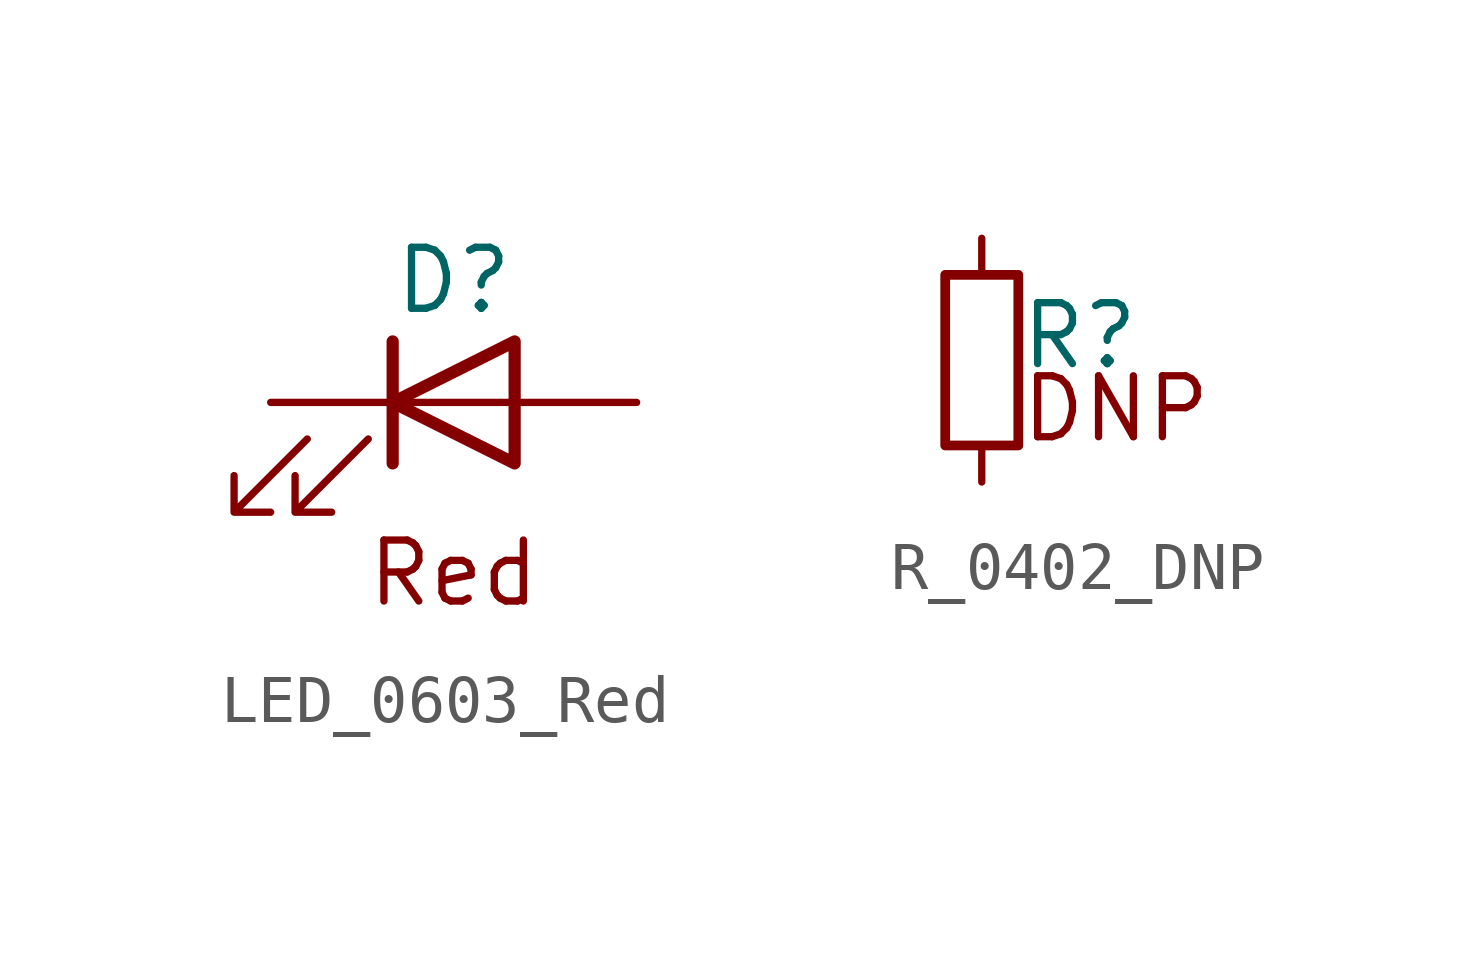
<source format=kicad_sym>
(kicad_symbol_lib
  (version 20211014)
  (generator kicad_symbol_editor)
  (symbol "LED_0603_Red"
    (pin_numbers hide)
    (pin_names
      (offset 1.016) hide)
    (property "Reference" "D"
      (at 0 2.54 0)
      (effects (font (size 1.27 1.27))))
    (symbol "LED_0603_Red_0_0"
      (text "Red" (at 0 -3.556 0) (effects (font (size 1.27 1.27)))))
    (symbol "LED_0603_Red_0_1"
      (polyline (pts (xy -1.27 -1.27) (xy -1.27 1.27)) (stroke (width 0.254) (type default) (color 0 0 0 0)) (fill (type none)))
      (polyline (pts (xy -1.27 0) (xy 1.27 0)) (stroke (width 0) (type default) (color 0 0 0 0)) (fill (type none)))
      (polyline (pts (xy 1.27 -1.27) (xy 1.27 1.27) (xy -1.27 0) (xy 1.27 -1.27)) (stroke (width 0.254) (type default) (color 0 0 0 0)) (fill (type none)))
      (polyline (pts (xy -3.048 -0.762) (xy -4.572 -2.286) (xy -3.81 -2.286) (xy -4.572 -2.286) (xy -4.572 -1.524)) (stroke (width 0) (type default) (color 0 0 0 0)) (fill (type none)))
      (polyline (pts (xy -1.778 -0.762) (xy -3.302 -2.286) (xy -2.54 -2.286) (xy -3.302 -2.286) (xy -3.302 -1.524)) (stroke (width 0) (type default) (color 0 0 0 0)) (fill (type none))))
    (symbol "LED_0603_Red_1_1"
      (pin passive line (at -3.81 0 0) (length 2.54) (name "K" (effects (font (size 1.27 1.27)))) (number "1" (effects (font (size 1.27 1.27)))))
      (pin passive line (at 3.81 0 180) (length 2.54) (name "A" (effects (font (size 1.27 1.27)))) (number "2" (effects (font (size 1.27 1.27)))))))
  (symbol "R_0402_DNP"
    (pin_numbers hide)
    (pin_names
      (offset 0.254) hide)
    (property "Reference" "R"
      (at 0.762 0.508 0)
      (effects (font (size 1.27 1.27)) (justify left)))
    (symbol "R_0402_DNP_0_0"
      (text "DNP" (at 0.762 -1.016 0) (effects (font (size 1.27 1.27)) (justify left))))
    (symbol "R_0402_DNP_0_1"
      (rectangle (start -0.762 1.778) (end 0.762 -1.778) (stroke (width 0.203) (type default) (color 0 0 0 0)) (fill (type none))))
    (symbol "R_0402_DNP_1_1"
      (pin passive line (at 0 2.54 270) (length 0.762) (name "~" (effects (font (size 1.27 1.27)))) (number "1" (effects (font (size 1.27 1.27)))))
      (pin passive line (at 0 -2.54 90) (length 0.762) (name "~" (effects (font (size 1.27 1.27)))) (number "2" (effects (font (size 1.27 1.27))))))))
</source>
